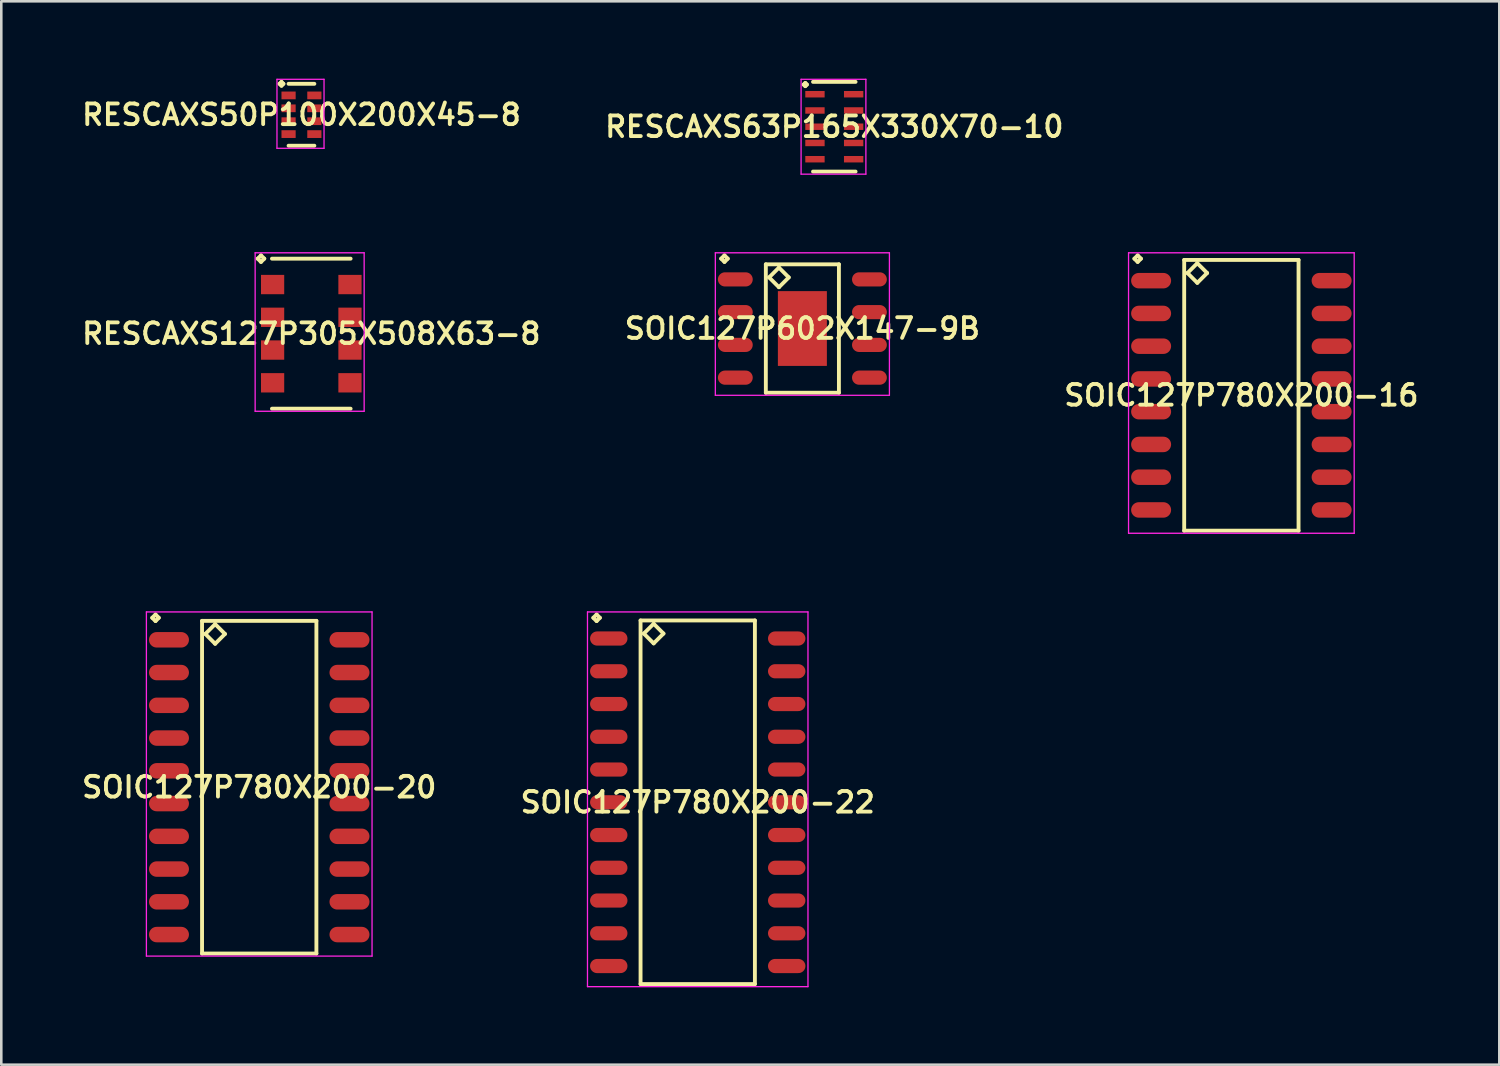
<source format=kicad_pcb>
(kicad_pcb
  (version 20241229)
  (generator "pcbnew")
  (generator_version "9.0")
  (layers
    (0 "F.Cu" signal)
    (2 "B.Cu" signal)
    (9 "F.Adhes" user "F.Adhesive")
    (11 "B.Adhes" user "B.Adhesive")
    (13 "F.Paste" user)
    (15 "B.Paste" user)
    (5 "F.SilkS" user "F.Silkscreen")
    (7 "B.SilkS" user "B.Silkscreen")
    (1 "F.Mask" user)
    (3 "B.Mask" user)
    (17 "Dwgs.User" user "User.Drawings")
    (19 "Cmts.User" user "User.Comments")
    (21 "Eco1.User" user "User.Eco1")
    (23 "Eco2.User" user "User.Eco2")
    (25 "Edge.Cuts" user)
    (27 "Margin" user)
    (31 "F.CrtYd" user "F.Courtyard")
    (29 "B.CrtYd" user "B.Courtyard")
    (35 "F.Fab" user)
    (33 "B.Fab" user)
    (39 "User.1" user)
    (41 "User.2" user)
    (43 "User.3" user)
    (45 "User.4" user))
  (footprint "SOIC127P602X147-9B"
    (layer "F.Cu")
    (at 28.064 9.689)
    (property "Reference" "SOIC127P602X147-9B" (at 0 0 0) (layer "F.SilkS") (effects (font (size 0.8 0.8) (thickness 0.15))))
    (attr smd)
    (fp_line (start -3.148 -2.709) (end -3.021 -2.836) (stroke (width 0.15) (type solid)) (layer "F.SilkS"))
    (fp_line (start -3.021 -2.836) (end -2.894 -2.709) (stroke (width 0.15) (type solid)) (layer "F.SilkS"))
    (fp_line (start -3.021 -2.582) (end -3.148 -2.709) (stroke (width 0.15) (type solid)) (layer "F.SilkS"))
    (fp_line (start -2.894 -2.709) (end -3.021 -2.582) (stroke (width 0.15) (type solid)) (layer "F.SilkS"))
    (fp_line (start -1.417 -2.49) (end -1.417 2.49) (stroke (width 0.15) (type solid)) (layer "F.SilkS"))
    (fp_line (start -1.417 2.49) (end 1.417 2.49) (stroke (width 0.15) (type solid)) (layer "F.SilkS"))
    (fp_line (start -1.29 -1.982) (end -0.909 -2.363) (stroke (width 0.15) (type solid)) (layer "F.SilkS"))
    (fp_line (start -0.909 -2.363) (end -0.528 -1.982) (stroke (width 0.15) (type solid)) (layer "F.SilkS"))
    (fp_line (start -0.909 -1.601) (end -1.29 -1.982) (stroke (width 0.15) (type solid)) (layer "F.SilkS"))
    (fp_line (start -0.528 -1.982) (end -0.909 -1.601) (stroke (width 0.15) (type solid)) (layer "F.SilkS"))
    (fp_line (start 1.417 -2.49) (end -1.417 -2.49) (stroke (width 0.15) (type solid)) (layer "F.SilkS"))
    (fp_line (start 1.417 2.49) (end 1.417 -2.49) (stroke (width 0.15) (type solid)) (layer "F.SilkS"))
    (fp_line (start -3.375 -2.936) (end 3.375 -2.936) (stroke (width 0.05) (type solid)) (layer "F.CrtYd"))
    (fp_line (start -3.375 2.59) (end -3.375 -2.936) (stroke (width 0.05) (type solid)) (layer "F.CrtYd"))
    (fp_line (start 3.375 -2.936) (end 3.375 2.59) (stroke (width 0.05) (type solid)) (layer "F.CrtYd"))
    (fp_line (start 3.375 2.59) (end -3.375 2.59) (stroke (width 0.05) (type solid)) (layer "F.CrtYd"))
    (pad "1" smd oval (at -2.6 -1.905) (size 1.35 0.55) (layers "F.Cu" "F.Mask" "F.Paste"))
    (pad "2" smd oval (at -2.6 -0.635) (size 1.35 0.55) (layers "F.Cu" "F.Mask" "F.Paste"))
    (pad "3" smd oval (at -2.6 0.635) (size 1.35 0.55) (layers "F.Cu" "F.Mask" "F.Paste"))
    (pad "4" smd oval (at -2.6 1.905) (size 1.35 0.55) (layers "F.Cu" "F.Mask" "F.Paste"))
    (pad "5" smd oval (at 2.6 1.905) (size 1.35 0.55) (layers "F.Cu" "F.Mask" "F.Paste"))
    (pad "6" smd oval (at 2.6 0.635) (size 1.35 0.55) (layers "F.Cu" "F.Mask" "F.Paste"))
    (pad "7" smd oval (at 2.6 -0.635) (size 1.35 0.55) (layers "F.Cu" "F.Mask" "F.Paste"))
    (pad "8" smd oval (at 2.6 -1.905) (size 1.35 0.55) (layers "F.Cu" "F.Mask" "F.Paste"))
    (pad "9" smd rect (at 0 0) (size 1.9 2.9) (layers "F.Cu" "F.Mask" "F.Paste")))
  (footprint "SOIC127P780X200-16"
    (layer "F.Cu")
    (at 45.087 12.279)
    (property "Reference" "SOIC127P780X200-16" (at 0 0 0) (layer "F.SilkS") (effects (font (size 0.8 0.8) (thickness 0.15))))
    (attr smd)
    (fp_line (start -4.148 -5.299) (end -4.021 -5.426) (stroke (width 0.15) (type solid)) (layer "F.SilkS"))
    (fp_line (start -4.021 -5.426) (end -3.894 -5.299) (stroke (width 0.15) (type solid)) (layer "F.SilkS"))
    (fp_line (start -4.021 -5.172) (end -4.148 -5.299) (stroke (width 0.15) (type solid)) (layer "F.SilkS"))
    (fp_line (start -3.894 -5.299) (end -4.021 -5.172) (stroke (width 0.15) (type solid)) (layer "F.SilkS"))
    (fp_line (start -2.217 -5.25) (end -2.217 5.25) (stroke (width 0.15) (type solid)) (layer "F.SilkS"))
    (fp_line (start -2.217 5.25) (end 2.217 5.25) (stroke (width 0.15) (type solid)) (layer "F.SilkS"))
    (fp_line (start -2.09 -4.742) (end -1.709 -5.123) (stroke (width 0.15) (type solid)) (layer "F.SilkS"))
    (fp_line (start -1.709 -5.123) (end -1.328 -4.742) (stroke (width 0.15) (type solid)) (layer "F.SilkS"))
    (fp_line (start -1.709 -4.361) (end -2.09 -4.742) (stroke (width 0.15) (type solid)) (layer "F.SilkS"))
    (fp_line (start -1.328 -4.742) (end -1.709 -4.361) (stroke (width 0.15) (type solid)) (layer "F.SilkS"))
    (fp_line (start 2.217 -5.25) (end -2.217 -5.25) (stroke (width 0.15) (type solid)) (layer "F.SilkS"))
    (fp_line (start 2.217 5.25) (end 2.217 -5.25) (stroke (width 0.15) (type solid)) (layer "F.SilkS"))
    (fp_line (start -4.375 -5.526) (end 4.375 -5.526) (stroke (width 0.05) (type solid)) (layer "F.CrtYd"))
    (fp_line (start -4.375 5.35) (end -4.375 -5.526) (stroke (width 0.05) (type solid)) (layer "F.CrtYd"))
    (fp_line (start 4.375 -5.526) (end 4.375 5.35) (stroke (width 0.05) (type solid)) (layer "F.CrtYd"))
    (fp_line (start 4.375 5.35) (end -4.375 5.35) (stroke (width 0.05) (type solid)) (layer "F.CrtYd"))
    (pad "1" smd oval (at -3.5 -4.445) (size 1.55 0.6) (layers "F.Cu" "F.Mask" "F.Paste"))
    (pad "2" smd oval (at -3.5 -3.175) (size 1.55 0.6) (layers "F.Cu" "F.Mask" "F.Paste"))
    (pad "3" smd oval (at -3.5 -1.905) (size 1.55 0.6) (layers "F.Cu" "F.Mask" "F.Paste"))
    (pad "4" smd oval (at -3.5 -0.635) (size 1.55 0.6) (layers "F.Cu" "F.Mask" "F.Paste"))
    (pad "5" smd oval (at -3.5 0.635) (size 1.55 0.6) (layers "F.Cu" "F.Mask" "F.Paste"))
    (pad "6" smd oval (at -3.5 1.905) (size 1.55 0.6) (layers "F.Cu" "F.Mask" "F.Paste"))
    (pad "7" smd oval (at -3.5 3.175) (size 1.55 0.6) (layers "F.Cu" "F.Mask" "F.Paste"))
    (pad "8" smd oval (at -3.5 4.445) (size 1.55 0.6) (layers "F.Cu" "F.Mask" "F.Paste"))
    (pad "9" smd oval (at 3.5 4.445) (size 1.55 0.6) (layers "F.Cu" "F.Mask" "F.Paste"))
    (pad "10" smd oval (at 3.5 3.175) (size 1.55 0.6) (layers "F.Cu" "F.Mask" "F.Paste"))
    (pad "11" smd oval (at 3.5 1.905) (size 1.55 0.6) (layers "F.Cu" "F.Mask" "F.Paste"))
    (pad "12" smd oval (at 3.5 0.635) (size 1.55 0.6) (layers "F.Cu" "F.Mask" "F.Paste"))
    (pad "13" smd oval (at 3.5 -0.635) (size 1.55 0.6) (layers "F.Cu" "F.Mask" "F.Paste"))
    (pad "14" smd oval (at 3.5 -1.905) (size 1.55 0.6) (layers "F.Cu" "F.Mask" "F.Paste"))
    (pad "15" smd oval (at 3.5 -3.175) (size 1.55 0.6) (layers "F.Cu" "F.Mask" "F.Paste"))
    (pad "16" smd oval (at 3.5 -4.445) (size 1.55 0.6) (layers "F.Cu" "F.Mask" "F.Paste")))
  (footprint "SOIC127P780X200-20"
    (layer "F.Cu")
    (at 7.002 27.475)
    (property "Reference" "SOIC127P780X200-20" (at 0 0 0) (layer "F.SilkS") (effects (font (size 0.8 0.8) (thickness 0.15))))
    (attr smd)
    (fp_line (start -4.148 -6.569) (end -4.021 -6.696) (stroke (width 0.15) (type solid)) (layer "F.SilkS"))
    (fp_line (start -4.021 -6.696) (end -3.894 -6.569) (stroke (width 0.15) (type solid)) (layer "F.SilkS"))
    (fp_line (start -4.021 -6.442) (end -4.148 -6.569) (stroke (width 0.15) (type solid)) (layer "F.SilkS"))
    (fp_line (start -3.894 -6.569) (end -4.021 -6.442) (stroke (width 0.15) (type solid)) (layer "F.SilkS"))
    (fp_line (start -2.217 -6.45) (end -2.217 6.45) (stroke (width 0.15) (type solid)) (layer "F.SilkS"))
    (fp_line (start -2.217 6.45) (end 2.217 6.45) (stroke (width 0.15) (type solid)) (layer "F.SilkS"))
    (fp_line (start -2.09 -5.942) (end -1.709 -6.323) (stroke (width 0.15) (type solid)) (layer "F.SilkS"))
    (fp_line (start -1.709 -6.323) (end -1.328 -5.942) (stroke (width 0.15) (type solid)) (layer "F.SilkS"))
    (fp_line (start -1.709 -5.561) (end -2.09 -5.942) (stroke (width 0.15) (type solid)) (layer "F.SilkS"))
    (fp_line (start -1.328 -5.942) (end -1.709 -5.561) (stroke (width 0.15) (type solid)) (layer "F.SilkS"))
    (fp_line (start 2.217 -6.45) (end -2.217 -6.45) (stroke (width 0.15) (type solid)) (layer "F.SilkS"))
    (fp_line (start 2.217 6.45) (end 2.217 -6.45) (stroke (width 0.15) (type solid)) (layer "F.SilkS"))
    (fp_line (start -4.375 -6.796) (end 4.375 -6.796) (stroke (width 0.05) (type solid)) (layer "F.CrtYd"))
    (fp_line (start -4.375 6.55) (end -4.375 -6.796) (stroke (width 0.05) (type solid)) (layer "F.CrtYd"))
    (fp_line (start 4.375 -6.796) (end 4.375 6.55) (stroke (width 0.05) (type solid)) (layer "F.CrtYd"))
    (fp_line (start 4.375 6.55) (end -4.375 6.55) (stroke (width 0.05) (type solid)) (layer "F.CrtYd"))
    (pad "1" smd oval (at -3.5 -5.715) (size 1.55 0.6) (layers "F.Cu" "F.Mask" "F.Paste"))
    (pad "2" smd oval (at -3.5 -4.445) (size 1.55 0.6) (layers "F.Cu" "F.Mask" "F.Paste"))
    (pad "3" smd oval (at -3.5 -3.175) (size 1.55 0.6) (layers "F.Cu" "F.Mask" "F.Paste"))
    (pad "4" smd oval (at -3.5 -1.905) (size 1.55 0.6) (layers "F.Cu" "F.Mask" "F.Paste"))
    (pad "5" smd oval (at -3.5 -0.635) (size 1.55 0.6) (layers "F.Cu" "F.Mask" "F.Paste"))
    (pad "6" smd oval (at -3.5 0.635) (size 1.55 0.6) (layers "F.Cu" "F.Mask" "F.Paste"))
    (pad "7" smd oval (at -3.5 1.905) (size 1.55 0.6) (layers "F.Cu" "F.Mask" "F.Paste"))
    (pad "8" smd oval (at -3.5 3.175) (size 1.55 0.6) (layers "F.Cu" "F.Mask" "F.Paste"))
    (pad "9" smd oval (at -3.5 4.445) (size 1.55 0.6) (layers "F.Cu" "F.Mask" "F.Paste"))
    (pad "10" smd oval (at -3.5 5.715) (size 1.55 0.6) (layers "F.Cu" "F.Mask" "F.Paste"))
    (pad "11" smd oval (at 3.5 5.715) (size 1.55 0.6) (layers "F.Cu" "F.Mask" "F.Paste"))
    (pad "12" smd oval (at 3.5 4.445) (size 1.55 0.6) (layers "F.Cu" "F.Mask" "F.Paste"))
    (pad "13" smd oval (at 3.5 3.175) (size 1.55 0.6) (layers "F.Cu" "F.Mask" "F.Paste"))
    (pad "14" smd oval (at 3.5 1.905) (size 1.55 0.6) (layers "F.Cu" "F.Mask" "F.Paste"))
    (pad "15" smd oval (at 3.5 0.635) (size 1.55 0.6) (layers "F.Cu" "F.Mask" "F.Paste"))
    (pad "16" smd oval (at 3.5 -0.635) (size 1.55 0.6) (layers "F.Cu" "F.Mask" "F.Paste"))
    (pad "17" smd oval (at 3.5 -1.905) (size 1.55 0.6) (layers "F.Cu" "F.Mask" "F.Paste"))
    (pad "18" smd oval (at 3.5 -3.175) (size 1.55 0.6) (layers "F.Cu" "F.Mask" "F.Paste"))
    (pad "19" smd oval (at 3.5 -4.445) (size 1.55 0.6) (layers "F.Cu" "F.Mask" "F.Paste"))
    (pad "20" smd oval (at 3.5 -5.715) (size 1.55 0.6) (layers "F.Cu" "F.Mask" "F.Paste")))
  (footprint "SOIC127P780X200-22"
    (layer "F.Cu")
    (at 24.006 28.06)
    (property "Reference" "SOIC127P780X200-22" (at 0 0 0) (layer "F.SilkS") (effects (font (size 0.8 0.8) (thickness 0.15))))
    (attr smd)
    (fp_line (start -4.048 -7.154) (end -3.921 -7.281) (stroke (width 0.15) (type solid)) (layer "F.SilkS"))
    (fp_line (start -3.921 -7.281) (end -3.794 -7.154) (stroke (width 0.15) (type solid)) (layer "F.SilkS"))
    (fp_line (start -3.921 -7.027) (end -4.048 -7.154) (stroke (width 0.15) (type solid)) (layer "F.SilkS"))
    (fp_line (start -3.794 -7.154) (end -3.921 -7.027) (stroke (width 0.15) (type solid)) (layer "F.SilkS"))
    (fp_line (start -2.217 -7.05) (end -2.217 7.05) (stroke (width 0.15) (type solid)) (layer "F.SilkS"))
    (fp_line (start -2.217 7.05) (end 2.217 7.05) (stroke (width 0.15) (type solid)) (layer "F.SilkS"))
    (fp_line (start -2.09 -6.542) (end -1.709 -6.923) (stroke (width 0.15) (type solid)) (layer "F.SilkS"))
    (fp_line (start -1.709 -6.923) (end -1.328 -6.542) (stroke (width 0.15) (type solid)) (layer "F.SilkS"))
    (fp_line (start -1.709 -6.161) (end -2.09 -6.542) (stroke (width 0.15) (type solid)) (layer "F.SilkS"))
    (fp_line (start -1.328 -6.542) (end -1.709 -6.161) (stroke (width 0.15) (type solid)) (layer "F.SilkS"))
    (fp_line (start 2.217 -7.05) (end -2.217 -7.05) (stroke (width 0.15) (type solid)) (layer "F.SilkS"))
    (fp_line (start 2.217 7.05) (end 2.217 -7.05) (stroke (width 0.15) (type solid)) (layer "F.SilkS"))
    (fp_line (start -4.275 -7.381) (end 4.275 -7.381) (stroke (width 0.05) (type solid)) (layer "F.CrtYd"))
    (fp_line (start -4.275 7.15) (end -4.275 -7.381) (stroke (width 0.05) (type solid)) (layer "F.CrtYd"))
    (fp_line (start 4.275 -7.381) (end 4.275 7.15) (stroke (width 0.05) (type solid)) (layer "F.CrtYd"))
    (fp_line (start 4.275 7.15) (end -4.275 7.15) (stroke (width 0.05) (type solid)) (layer "F.CrtYd"))
    (pad "1" smd oval (at -3.45 -6.35) (size 1.45 0.55) (layers "F.Cu" "F.Mask" "F.Paste"))
    (pad "2" smd oval (at -3.45 -5.08) (size 1.45 0.55) (layers "F.Cu" "F.Mask" "F.Paste"))
    (pad "3" smd oval (at -3.45 -3.81) (size 1.45 0.55) (layers "F.Cu" "F.Mask" "F.Paste"))
    (pad "4" smd oval (at -3.45 -2.54) (size 1.45 0.55) (layers "F.Cu" "F.Mask" "F.Paste"))
    (pad "5" smd oval (at -3.45 -1.27) (size 1.45 0.55) (layers "F.Cu" "F.Mask" "F.Paste"))
    (pad "6" smd oval (at -3.45 0) (size 1.45 0.55) (layers "F.Cu" "F.Mask" "F.Paste"))
    (pad "7" smd oval (at -3.45 1.27) (size 1.45 0.55) (layers "F.Cu" "F.Mask" "F.Paste"))
    (pad "8" smd oval (at -3.45 2.54) (size 1.45 0.55) (layers "F.Cu" "F.Mask" "F.Paste"))
    (pad "9" smd oval (at -3.45 3.81) (size 1.45 0.55) (layers "F.Cu" "F.Mask" "F.Paste"))
    (pad "10" smd oval (at -3.45 5.08) (size 1.45 0.55) (layers "F.Cu" "F.Mask" "F.Paste"))
    (pad "11" smd oval (at -3.45 6.35) (size 1.45 0.55) (layers "F.Cu" "F.Mask" "F.Paste"))
    (pad "12" smd oval (at 3.45 6.35) (size 1.45 0.55) (layers "F.Cu" "F.Mask" "F.Paste"))
    (pad "13" smd oval (at 3.45 5.08) (size 1.45 0.55) (layers "F.Cu" "F.Mask" "F.Paste"))
    (pad "14" smd oval (at 3.45 3.81) (size 1.45 0.55) (layers "F.Cu" "F.Mask" "F.Paste"))
    (pad "15" smd oval (at 3.45 2.54) (size 1.45 0.55) (layers "F.Cu" "F.Mask" "F.Paste"))
    (pad "16" smd oval (at 3.45 1.27) (size 1.45 0.55) (layers "F.Cu" "F.Mask" "F.Paste"))
    (pad "17" smd oval (at 3.45 0) (size 1.45 0.55) (layers "F.Cu" "F.Mask" "F.Paste"))
    (pad "18" smd oval (at 3.45 -1.27) (size 1.45 0.55) (layers "F.Cu" "F.Mask" "F.Paste"))
    (pad "19" smd oval (at 3.45 -2.54) (size 1.45 0.55) (layers "F.Cu" "F.Mask" "F.Paste"))
    (pad "20" smd oval (at 3.45 -3.81) (size 1.45 0.55) (layers "F.Cu" "F.Mask" "F.Paste"))
    (pad "21" smd oval (at 3.45 -5.08) (size 1.45 0.55) (layers "F.Cu" "F.Mask" "F.Paste"))
    (pad "22" smd oval (at 3.45 -6.35) (size 1.45 0.55) (layers "F.Cu" "F.Mask" "F.Paste")))
  (footprint "RESCAXS127P305X508X63-8"
    (layer "F.Cu")
    (at 9.021 9.889)
    (property "Reference" "RESCAXS127P305X508X63-8" (at 0 0 0) (layer "F.SilkS") (effects (font (size 0.8 0.8) (thickness 0.15))))
    (attr smd)
    (fp_line (start -2.077 -2.909) (end -1.95 -3.036) (stroke (width 0.15) (type solid)) (layer "F.SilkS"))
    (fp_line (start -1.95 -3.036) (end -1.823 -2.909) (stroke (width 0.15) (type solid)) (layer "F.SilkS"))
    (fp_line (start -1.95 -2.782) (end -2.077 -2.909) (stroke (width 0.15) (type solid)) (layer "F.SilkS"))
    (fp_line (start -1.823 -2.909) (end -1.95 -2.782) (stroke (width 0.15) (type solid)) (layer "F.SilkS"))
    (fp_line (start -1.525 -2.909) (end 1.525 -2.909) (stroke (width 0.15) (type solid)) (layer "F.SilkS"))
    (fp_line (start -1.525 2.909) (end 1.525 2.909) (stroke (width 0.15) (type solid)) (layer "F.SilkS"))
    (fp_line (start -2.177 -3.136) (end 2.05 -3.136) (stroke (width 0.05) (type solid)) (layer "F.CrtYd"))
    (fp_line (start -2.177 3.009) (end -2.177 -3.136) (stroke (width 0.05) (type solid)) (layer "F.CrtYd"))
    (fp_line (start 2.05 -3.136) (end 2.05 3.009) (stroke (width 0.05) (type solid)) (layer "F.CrtYd"))
    (fp_line (start 2.05 3.009) (end -2.177 3.009) (stroke (width 0.05) (type solid)) (layer "F.CrtYd"))
    (pad "1" smd rect (at -1.5 -1.905) (size 0.9 0.75) (layers "F.Cu" "F.Mask" "F.Paste"))
    (pad "2" smd rect (at -1.5 -0.635) (size 0.9 0.75) (layers "F.Cu" "F.Mask" "F.Paste"))
    (pad "3" smd rect (at -1.5 0.635) (size 0.9 0.75) (layers "F.Cu" "F.Mask" "F.Paste"))
    (pad "4" smd rect (at -1.5 1.905) (size 0.9 0.75) (layers "F.Cu" "F.Mask" "F.Paste"))
    (pad "5" smd rect (at 1.5 1.905) (size 0.9 0.75) (layers "F.Cu" "F.Mask" "F.Paste"))
    (pad "6" smd rect (at 1.5 0.635) (size 0.9 0.75) (layers "F.Cu" "F.Mask" "F.Paste"))
    (pad "7" smd rect (at 1.5 -0.635) (size 0.9 0.75) (layers "F.Cu" "F.Mask" "F.Paste"))
    (pad "8" smd rect (at 1.5 -1.905) (size 0.9 0.75) (layers "F.Cu" "F.Mask" "F.Paste")))
  (footprint "RESCAXS63P165X330X70-10"
    (layer "F.Cu")
    (at 29.302 1.864)
    (property "Reference" "RESCAXS63P165X330X70-10" (at 0 0 0) (layer "F.SilkS") (effects (font (size 0.8 0.8) (thickness 0.15))))
    (attr smd)
    (fp_line (start -1.188 -1.635) (end -1.125 -1.698) (stroke (width 0.15) (type solid)) (layer "F.SilkS"))
    (fp_line (start -1.125 -1.698) (end -1.062 -1.635) (stroke (width 0.15) (type solid)) (layer "F.SilkS"))
    (fp_line (start -1.125 -1.573) (end -1.188 -1.635) (stroke (width 0.15) (type solid)) (layer "F.SilkS"))
    (fp_line (start -1.062 -1.635) (end -1.125 -1.573) (stroke (width 0.15) (type solid)) (layer "F.SilkS"))
    (fp_line (start -0.825 -1.739) (end 0.825 -1.739) (stroke (width 0.15) (type solid)) (layer "F.SilkS"))
    (fp_line (start -0.825 1.739) (end 0.825 1.739) (stroke (width 0.15) (type solid)) (layer "F.SilkS"))
    (fp_line (start -1.288 -1.839) (end 1.225 -1.839) (stroke (width 0.05) (type solid)) (layer "F.CrtYd"))
    (fp_line (start -1.288 1.839) (end -1.288 -1.839) (stroke (width 0.05) (type solid)) (layer "F.CrtYd"))
    (fp_line (start 1.225 -1.839) (end 1.225 1.839) (stroke (width 0.05) (type solid)) (layer "F.CrtYd"))
    (fp_line (start 1.225 1.839) (end -1.288 1.839) (stroke (width 0.05) (type solid)) (layer "F.CrtYd"))
    (pad "1" smd rect (at -0.75 -1.26) (size 0.75 0.25) (layers "F.Cu" "F.Mask" "F.Paste"))
    (pad "2" smd rect (at -0.75 -0.63) (size 0.75 0.25) (layers "F.Cu" "F.Mask" "F.Paste"))
    (pad "3" smd rect (at -0.75 0) (size 0.75 0.25) (layers "F.Cu" "F.Mask" "F.Paste"))
    (pad "4" smd rect (at -0.75 0.63) (size 0.75 0.25) (layers "F.Cu" "F.Mask" "F.Paste"))
    (pad "5" smd rect (at -0.75 1.26) (size 0.75 0.25) (layers "F.Cu" "F.Mask" "F.Paste"))
    (pad "6" smd rect (at 0.75 1.26) (size 0.75 0.25) (layers "F.Cu" "F.Mask" "F.Paste"))
    (pad "7" smd rect (at 0.75 0.63) (size 0.75 0.25) (layers "F.Cu" "F.Mask" "F.Paste"))
    (pad "8" smd rect (at 0.75 0) (size 0.75 0.25) (layers "F.Cu" "F.Mask" "F.Paste"))
    (pad "9" smd rect (at 0.75 -0.63) (size 0.75 0.25) (layers "F.Cu" "F.Mask" "F.Paste"))
    (pad "10" smd rect (at 0.75 -1.26) (size 0.75 0.25) (layers "F.Cu" "F.Mask" "F.Paste")))
  (footprint "RESCAXS50P100X200X45-8"
    (layer "F.Cu")
    (at 8.64 1.4)
    (property "Reference" "RESCAXS50P100X200X45-8" (at 0 0 0) (layer "F.SilkS") (effects (font (size 0.8 0.8) (thickness 0.15))))
    (attr smd)
    (fp_line (start -0.85 -1.2) (end -0.775 -1.275) (stroke (width 0.15) (type solid)) (layer "F.SilkS"))
    (fp_line (start -0.775 -1.275) (end -0.7 -1.2) (stroke (width 0.15) (type solid)) (layer "F.SilkS"))
    (fp_line (start -0.775 -1.125) (end -0.85 -1.2) (stroke (width 0.15) (type solid)) (layer "F.SilkS"))
    (fp_line (start -0.7 -1.2) (end -0.775 -1.125) (stroke (width 0.15) (type solid)) (layer "F.SilkS"))
    (fp_line (start -0.5 -1.2) (end 0.5 -1.2) (stroke (width 0.15) (type solid)) (layer "F.SilkS"))
    (fp_line (start -0.5 1.2) (end 0.5 1.2) (stroke (width 0.15) (type solid)) (layer "F.SilkS"))
    (fp_line (start -0.95 -1.375) (end 0.875 -1.375) (stroke (width 0.05) (type solid)) (layer "F.CrtYd"))
    (fp_line (start -0.95 1.3) (end -0.95 -1.375) (stroke (width 0.05) (type solid)) (layer "F.CrtYd"))
    (fp_line (start 0.875 -1.375) (end 0.875 1.3) (stroke (width 0.05) (type solid)) (layer "F.CrtYd"))
    (fp_line (start 0.875 1.3) (end -0.95 1.3) (stroke (width 0.05) (type solid)) (layer "F.CrtYd"))
    (pad "1" smd rect (at -0.5 -0.75) (size 0.55 0.3) (layers "F.Cu" "F.Mask" "F.Paste"))
    (pad "2" smd rect (at -0.5 -0.25) (size 0.55 0.3) (layers "F.Cu" "F.Mask" "F.Paste"))
    (pad "3" smd rect (at -0.5 0.25) (size 0.55 0.3) (layers "F.Cu" "F.Mask" "F.Paste"))
    (pad "4" smd rect (at -0.5 0.75) (size 0.55 0.3) (layers "F.Cu" "F.Mask" "F.Paste"))
    (pad "5" smd rect (at 0.5 0.75) (size 0.55 0.3) (layers "F.Cu" "F.Mask" "F.Paste"))
    (pad "6" smd rect (at 0.5 0.25) (size 0.55 0.3) (layers "F.Cu" "F.Mask" "F.Paste"))
    (pad "7" smd rect (at 0.5 -0.25) (size 0.55 0.3) (layers "F.Cu" "F.Mask" "F.Paste"))
    (pad "8" smd rect (at 0.5 -0.75) (size 0.55 0.3) (layers "F.Cu" "F.Mask" "F.Paste")))
  (gr_rect
    (start -3 -3)
    (end 55.089 38.235)
    (stroke (width 0.1) (type default))
    (fill no)
    (layer "Edge.Cuts")))
</source>
